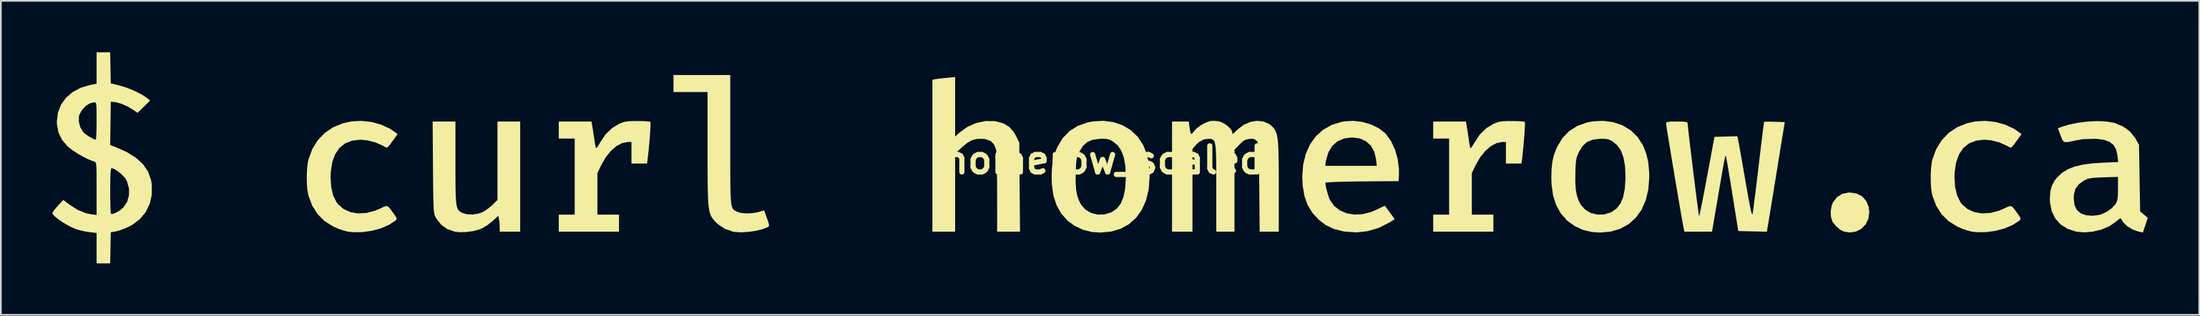
<source format=kicad_pcb>
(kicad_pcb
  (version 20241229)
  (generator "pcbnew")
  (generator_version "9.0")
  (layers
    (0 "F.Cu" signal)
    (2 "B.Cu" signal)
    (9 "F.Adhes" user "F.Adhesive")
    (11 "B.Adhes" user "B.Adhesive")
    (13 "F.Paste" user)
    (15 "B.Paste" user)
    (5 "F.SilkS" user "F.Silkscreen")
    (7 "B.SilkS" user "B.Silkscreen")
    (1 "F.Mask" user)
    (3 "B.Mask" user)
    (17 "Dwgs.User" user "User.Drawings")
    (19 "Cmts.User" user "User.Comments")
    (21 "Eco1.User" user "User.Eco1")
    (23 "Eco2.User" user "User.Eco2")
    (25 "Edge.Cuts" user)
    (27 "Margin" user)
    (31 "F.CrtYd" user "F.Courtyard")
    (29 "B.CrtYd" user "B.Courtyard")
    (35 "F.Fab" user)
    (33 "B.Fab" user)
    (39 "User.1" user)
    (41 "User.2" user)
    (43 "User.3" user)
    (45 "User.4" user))
  (footprint "homerow_scaled"
    (layer "F.Cu")
    (at 61.248 6.284)
    (property "Reference" "homerow_scaled" (at 0 0 0) (layer "F.SilkS") (effects (font (size 1.524 1.524) (thickness 0.3))))
    (attr board_only exclude_from_pos_files exclude_from_bom)
    (fp_poly (pts (xy 43.843 1.946) (xy 44.161 2.111) (xy 44.399 2.37) (xy 44.543 2.709) (xy 44.582 3.038) (xy 44.525 3.426) (xy 44.364 3.751) (xy 44.119 4.002) (xy 43.81 4.162) (xy 43.454 4.218) (xy 43.101 4.165) (xy 42.878 4.049) (xy 42.65 3.855) (xy 42.464 3.624) (xy 42.427 3.559) (xy 42.35 3.302) (xy 42.336 2.989) (xy 42.384 2.676) (xy 42.469 2.455) (xy 42.704 2.154) (xy 43.008 1.965) (xy 43.382 1.889) (xy 43.458 1.887)) (stroke (width 0) (type solid)) (fill yes) (layer "F.SilkS"))
    (fp_poly (pts (xy -8.665 -1.374) (xy -8.403 -1.611) (xy -7.95 -1.938) (xy -7.443 -2.163) (xy -6.909 -2.277) (xy -6.373 -2.273) (xy -6.271 -2.257) (xy -5.847 -2.139) (xy -5.516 -1.941) (xy -5.256 -1.647) (xy -5.126 -1.422) (xy -4.928 -1.025) (xy -4.907 1.571) (xy -4.886 4.167) (xy -6.218 4.167) (xy -6.219 1.902) (xy -6.221 1.355) (xy -6.227 0.841) (xy -6.235 0.376) (xy -6.245 -0.021) (xy -6.257 -0.334) (xy -6.271 -0.544) (xy -6.281 -0.622) (xy -6.4 -0.919) (xy -6.601 -1.117) (xy -6.893 -1.224) (xy -7.033 -1.242) (xy -7.37 -1.242) (xy -7.663 -1.171) (xy -7.947 -1.015) (xy -8.259 -0.759) (xy -8.271 -0.748) (xy -8.665 -0.383) (xy -8.665 4.167) (xy -9.988 4.167) (xy -9.988 -4.686) (xy -9.806 -4.721) (xy -9.649 -4.744) (xy -9.411 -4.772) (xy -9.145 -4.799) (xy -8.665 -4.842)) (stroke (width 0) (type solid)) (fill yes) (layer "F.SilkS"))
    (fp_poly (pts (xy -26.878 -2.274) (xy -26.635 -2.262) (xy -26.471 -2.245) (xy -26.418 -2.23) (xy -26.408 -2.151) (xy -26.41 -1.964) (xy -26.424 -1.691) (xy -26.448 -1.355) (xy -26.48 -0.979) (xy -26.517 -0.586) (xy -26.56 -0.199) (xy -26.57 -0.116) (xy -26.608 0.198) (xy -27.517 0.198) (xy -27.517 -1.058) (xy -27.727 -1.058) (xy -28.059 -0.995) (xy -28.395 -0.816) (xy -28.721 -0.533) (xy -29.02 -0.161) (xy -29.273 0.282) (xy -29.501 0.757) (xy -29.501 3.175) (xy -28.244 3.175) (xy -28.244 4.167) (xy -31.75 4.167) (xy -31.75 3.175) (xy -30.824 3.175) (xy -30.824 -1.257) (xy -31.75 -1.257) (xy -31.75 -2.249) (xy -29.845 -2.249) (xy -29.775 -1.836) (xy -29.728 -1.542) (xy -29.682 -1.236) (xy -29.66 -1.073) (xy -29.628 -0.873) (xy -29.593 -0.735) (xy -29.573 -0.698) (xy -29.523 -0.737) (xy -29.434 -0.866) (xy -29.342 -1.031) (xy -29.031 -1.498) (xy -28.643 -1.87) (xy -28.255 -2.105) (xy -28.068 -2.186) (xy -27.896 -2.237) (xy -27.701 -2.265) (xy -27.444 -2.277) (xy -27.172 -2.278)) (stroke (width 0) (type solid)) (fill yes) (layer "F.SilkS"))
    (fp_poly (pts (xy 24.054 -2.274) (xy 24.298 -2.262) (xy 24.461 -2.245) (xy 24.515 -2.23) (xy 24.525 -2.151) (xy 24.522 -1.964) (xy 24.508 -1.691) (xy 24.484 -1.355) (xy 24.453 -0.979) (xy 24.415 -0.586) (xy 24.373 -0.199) (xy 24.363 -0.116) (xy 24.325 0.198) (xy 23.416 0.198) (xy 23.416 -1.058) (xy 23.205 -1.058) (xy 22.874 -0.995) (xy 22.537 -0.816) (xy 22.212 -0.533) (xy 21.913 -0.161) (xy 21.659 0.282) (xy 21.431 0.757) (xy 21.431 3.175) (xy 22.688 3.175) (xy 22.688 4.167) (xy 19.182 4.167) (xy 19.182 3.175) (xy 20.108 3.175) (xy 20.108 -1.257) (xy 19.182 -1.257) (xy 19.182 -2.249) (xy 21.087 -2.249) (xy 21.157 -1.836) (xy 21.204 -1.542) (xy 21.25 -1.236) (xy 21.272 -1.073) (xy 21.304 -0.873) (xy 21.34 -0.735) (xy 21.359 -0.698) (xy 21.41 -0.737) (xy 21.498 -0.866) (xy 21.591 -1.031) (xy 21.901 -1.498) (xy 22.289 -1.87) (xy 22.678 -2.105) (xy 22.865 -2.186) (xy 23.036 -2.237) (xy 23.231 -2.265) (xy 23.489 -2.277) (xy 23.76 -2.278)) (stroke (width 0) (type solid)) (fill yes) (layer "F.SilkS"))
    (fp_poly (pts (xy -37.769 0.169) (xy -37.769 0.838) (xy -37.766 1.387) (xy -37.76 1.83) (xy -37.748 2.179) (xy -37.728 2.448) (xy -37.7 2.648) (xy -37.66 2.794) (xy -37.608 2.897) (xy -37.542 2.971) (xy -37.46 3.028) (xy -37.375 3.075) (xy -37.098 3.158) (xy -36.762 3.17) (xy -36.418 3.114) (xy -36.188 3.03) (xy -35.966 2.896) (xy -35.727 2.713) (xy -35.605 2.601) (xy -35.322 2.319) (xy -35.322 -2.249) (xy -33.999 -2.249) (xy -33.999 4.167) (xy -35.19 4.167) (xy -35.19 3.911) (xy -35.201 3.678) (xy -35.228 3.461) (xy -35.231 3.449) (xy -35.272 3.243) (xy -35.628 3.568) (xy -35.904 3.786) (xy -36.199 3.963) (xy -36.344 4.028) (xy -36.727 4.134) (xy -37.151 4.193) (xy -37.56 4.2) (xy -37.814 4.168) (xy -38.242 4.022) (xy -38.59 3.776) (xy -38.871 3.422) (xy -38.936 3.307) (xy -38.967 3.241) (xy -38.992 3.16) (xy -39.013 3.052) (xy -39.03 2.904) (xy -39.043 2.702) (xy -39.053 2.434) (xy -39.061 2.086) (xy -39.068 1.645) (xy -39.073 1.098) (xy -39.078 0.433) (xy -39.078 0.413) (xy -39.098 -2.249) (xy -37.769 -2.249)) (stroke (width 0) (type solid)) (fill yes) (layer "F.SilkS"))
    (fp_poly (pts (xy -21.762 -1.172) (xy -21.762 -0.348) (xy -21.762 0.353) (xy -21.76 0.943) (xy -21.756 1.432) (xy -21.748 1.83) (xy -21.737 2.146) (xy -21.719 2.393) (xy -21.696 2.579) (xy -21.665 2.715) (xy -21.626 2.812) (xy -21.578 2.879) (xy -21.52 2.927) (xy -21.45 2.967) (xy -21.368 3.008) (xy -21.364 3.01) (xy -21.143 3.077) (xy -20.841 3.105) (xy -20.507 3.093) (xy -20.186 3.043) (xy -20.092 3.018) (xy -19.789 2.927) (xy -19.626 3.384) (xy -19.545 3.619) (xy -19.506 3.761) (xy -19.508 3.839) (xy -19.55 3.885) (xy -19.591 3.909) (xy -19.888 4.026) (xy -20.271 4.119) (xy -20.694 4.181) (xy -21.113 4.206) (xy -21.482 4.188) (xy -21.607 4.168) (xy -22.082 4.003) (xy -22.491 3.728) (xy -22.639 3.581) (xy -22.734 3.473) (xy -22.814 3.368) (xy -22.881 3.255) (xy -22.936 3.123) (xy -22.98 2.96) (xy -23.015 2.754) (xy -23.041 2.494) (xy -23.059 2.169) (xy -23.072 1.766) (xy -23.079 1.275) (xy -23.083 0.684) (xy -23.085 -0.019) (xy -23.085 -0.673) (xy -23.085 -3.969) (xy -25.069 -3.969) (xy -25.069 -4.961) (xy -21.762 -4.961)) (stroke (width 0) (type solid)) (fill yes) (layer "F.SilkS"))
    (fp_poly (pts (xy -42.659 -2.223) (xy -42.093 -2.068) (xy -41.589 -1.832) (xy -41.412 -1.715) (xy -41.138 -1.517) (xy -41.341 -1.238) (xy -41.52 -0.991) (xy -41.639 -0.834) (xy -41.72 -0.752) (xy -41.783 -0.731) (xy -41.85 -0.755) (xy -41.943 -0.811) (xy -41.956 -0.819) (xy -42.411 -1.026) (xy -42.909 -1.155) (xy -43.305 -1.191) (xy -43.789 -1.136) (xy -44.198 -0.975) (xy -44.529 -0.708) (xy -44.779 -0.339) (xy -44.949 0.129) (xy -45.034 0.696) (xy -45.045 1.018) (xy -45.006 1.583) (xy -44.889 2.065) (xy -44.698 2.452) (xy -44.61 2.568) (xy -44.286 2.848) (xy -43.891 3.029) (xy -43.442 3.106) (xy -42.956 3.079) (xy -42.449 2.946) (xy -42.216 2.849) (xy -41.996 2.744) (xy -41.848 2.685) (xy -41.743 2.682) (xy -41.648 2.747) (xy -41.532 2.89) (xy -41.365 3.123) (xy -41.345 3.15) (xy -41.232 3.314) (xy -41.191 3.41) (xy -41.215 3.476) (xy -41.26 3.519) (xy -41.649 3.776) (xy -42.128 3.98) (xy -42.665 4.124) (xy -43.225 4.199) (xy -43.776 4.198) (xy -44.053 4.163) (xy -44.298 4.101) (xy -44.596 3.996) (xy -44.883 3.872) (xy -44.891 3.868) (xy -45.393 3.553) (xy -45.801 3.146) (xy -46.115 2.646) (xy -46.335 2.053) (xy -46.34 2.034) (xy -46.396 1.722) (xy -46.425 1.326) (xy -46.43 0.894) (xy -46.409 0.473) (xy -46.363 0.108) (xy -46.333 -0.03) (xy -46.113 -0.636) (xy -45.793 -1.158) (xy -45.38 -1.588) (xy -44.88 -1.923) (xy -44.3 -2.155) (xy -43.833 -2.256) (xy -43.251 -2.288)) (stroke (width 0) (type solid)) (fill yes) (layer "F.SilkS"))
    (fp_poly (pts (xy 51.93 -2.223) (xy 52.496 -2.068) (xy 53 -1.832) (xy 53.177 -1.715) (xy 53.451 -1.517) (xy 53.248 -1.238) (xy 53.069 -0.991) (xy 52.949 -0.834) (xy 52.869 -0.752) (xy 52.806 -0.731) (xy 52.738 -0.755) (xy 52.645 -0.811) (xy 52.633 -0.819) (xy 52.177 -1.026) (xy 51.68 -1.155) (xy 51.284 -1.191) (xy 50.799 -1.136) (xy 50.391 -0.975) (xy 50.06 -0.708) (xy 49.809 -0.339) (xy 49.64 0.129) (xy 49.554 0.696) (xy 49.543 1.018) (xy 49.583 1.583) (xy 49.7 2.065) (xy 49.89 2.452) (xy 49.978 2.568) (xy 50.302 2.848) (xy 50.698 3.029) (xy 51.147 3.106) (xy 51.633 3.079) (xy 52.139 2.946) (xy 52.373 2.849) (xy 52.593 2.744) (xy 52.74 2.685) (xy 52.846 2.682) (xy 52.941 2.747) (xy 53.056 2.89) (xy 53.223 3.123) (xy 53.243 3.15) (xy 53.357 3.314) (xy 53.397 3.41) (xy 53.374 3.476) (xy 53.328 3.519) (xy 52.94 3.776) (xy 52.46 3.98) (xy 51.924 4.124) (xy 51.363 4.199) (xy 50.812 4.198) (xy 50.535 4.163) (xy 50.29 4.101) (xy 49.992 3.996) (xy 49.705 3.872) (xy 49.697 3.868) (xy 49.195 3.553) (xy 48.787 3.146) (xy 48.474 2.646) (xy 48.253 2.053) (xy 48.248 2.034) (xy 48.193 1.722) (xy 48.163 1.326) (xy 48.159 0.894) (xy 48.18 0.473) (xy 48.226 0.108) (xy 48.255 -0.03) (xy 48.476 -0.636) (xy 48.796 -1.158) (xy 49.209 -1.588) (xy 49.709 -1.923) (xy 50.288 -2.155) (xy 50.756 -2.256) (xy 51.338 -2.288)) (stroke (width 0) (type solid)) (fill yes) (layer "F.SilkS"))
    (fp_poly (pts (xy 0.566 -2.213) (xy 1.104 -2.028) (xy 1.578 -1.74) (xy 1.976 -1.356) (xy 2.285 -0.882) (xy 2.312 -0.827) (xy 2.495 -0.358) (xy 2.608 0.148) (xy 2.658 0.725) (xy 2.662 0.994) (xy 2.609 1.707) (xy 2.456 2.343) (xy 2.209 2.896) (xy 1.876 3.361) (xy 1.46 3.732) (xy 0.97 4.002) (xy 0.41 4.167) (xy -0.212 4.221) (xy -0.695 4.188) (xy -1.198 4.066) (xy -1.683 3.843) (xy -2.1 3.543) (xy -2.117 3.527) (xy -2.488 3.108) (xy -2.761 2.62) (xy -2.941 2.054) (xy -3.031 1.402) (xy -3.035 1.271) (xy -1.647 1.271) (xy -1.618 1.71) (xy -1.553 2.068) (xy -1.447 2.371) (xy -1.319 2.608) (xy -1.067 2.889) (xy -0.74 3.08) (xy -0.365 3.174) (xy 0.031 3.165) (xy 0.42 3.048) (xy 0.465 3.026) (xy 0.758 2.821) (xy 0.983 2.53) (xy 1.142 2.146) (xy 1.239 1.661) (xy 1.277 1.064) (xy 1.278 0.959) (xy 1.25 0.342) (xy 1.16 -0.164) (xy 1.006 -0.569) (xy 0.784 -0.882) (xy 0.494 -1.109) (xy 0.323 -1.194) (xy 0.15 -1.236) (xy -0.077 -1.247) (xy -0.237 -1.242) (xy -0.648 -1.188) (xy -0.966 -1.056) (xy -1.217 -0.83) (xy -1.426 -0.495) (xy -1.43 -0.486) (xy -1.51 -0.311) (xy -1.565 -0.149) (xy -1.6 0.033) (xy -1.623 0.268) (xy -1.638 0.591) (xy -1.643 0.728) (xy -1.647 1.271) (xy -3.035 1.271) (xy -3.043 1.015) (xy -3.028 0.498) (xy -2.979 0.071) (xy -2.887 -0.309) (xy -2.744 -0.683) (xy -2.696 -0.79) (xy -2.392 -1.291) (xy -2.003 -1.693) (xy -1.528 -1.993) (xy -0.969 -2.192) (xy -0.652 -2.254) (xy -0.024 -2.291)) (stroke (width 0) (type solid)) (fill yes) (layer "F.SilkS"))
    (fp_poly (pts (xy 29.67 -2.213) (xy 30.208 -2.028) (xy 30.683 -1.74) (xy 31.08 -1.356) (xy 31.389 -0.882) (xy 31.416 -0.827) (xy 31.599 -0.358) (xy 31.712 0.148) (xy 31.762 0.725) (xy 31.766 0.994) (xy 31.713 1.707) (xy 31.56 2.343) (xy 31.314 2.896) (xy 30.98 3.361) (xy 30.565 3.732) (xy 30.074 4.002) (xy 29.515 4.167) (xy 28.892 4.221) (xy 28.41 4.188) (xy 27.906 4.066) (xy 27.421 3.843) (xy 27.004 3.543) (xy 26.987 3.527) (xy 26.617 3.108) (xy 26.343 2.62) (xy 26.163 2.054) (xy 26.074 1.402) (xy 26.07 1.271) (xy 27.458 1.271) (xy 27.486 1.71) (xy 27.551 2.068) (xy 27.657 2.371) (xy 27.785 2.608) (xy 28.037 2.889) (xy 28.364 3.08) (xy 28.739 3.174) (xy 29.135 3.165) (xy 29.524 3.048) (xy 29.569 3.026) (xy 29.862 2.821) (xy 30.087 2.53) (xy 30.246 2.146) (xy 30.343 1.661) (xy 30.381 1.064) (xy 30.382 0.959) (xy 30.354 0.342) (xy 30.264 -0.164) (xy 30.11 -0.569) (xy 29.888 -0.882) (xy 29.598 -1.109) (xy 29.427 -1.194) (xy 29.254 -1.236) (xy 29.027 -1.247) (xy 28.867 -1.242) (xy 28.457 -1.188) (xy 28.138 -1.056) (xy 27.887 -0.83) (xy 27.679 -0.495) (xy 27.674 -0.486) (xy 27.594 -0.311) (xy 27.539 -0.149) (xy 27.504 0.033) (xy 27.481 0.268) (xy 27.466 0.591) (xy 27.462 0.728) (xy 27.458 1.271) (xy 26.07 1.271) (xy 26.061 1.015) (xy 26.076 0.498) (xy 26.126 0.071) (xy 26.217 -0.309) (xy 26.36 -0.683) (xy 26.408 -0.79) (xy 26.712 -1.291) (xy 27.101 -1.693) (xy 27.576 -1.993) (xy 28.135 -2.192) (xy 28.452 -2.254) (xy 29.081 -2.291)) (stroke (width 0) (type solid)) (fill yes) (layer "F.SilkS"))
    (fp_poly (pts (xy 15.052 -2.226) (xy 15.558 -2.079) (xy 16.01 -1.859) (xy 16.379 -1.574) (xy 16.438 -1.512) (xy 16.729 -1.103) (xy 16.958 -0.606) (xy 17.114 -0.053) (xy 17.186 0.522) (xy 17.185 0.868) (xy 17.165 1.224) (xy 15.032 1.241) (xy 14.456 1.248) (xy 13.954 1.257) (xy 13.536 1.269) (xy 13.214 1.283) (xy 12.999 1.299) (xy 12.903 1.316) (xy 12.898 1.321) (xy 12.92 1.493) (xy 12.974 1.737) (xy 13.048 1.999) (xy 13.126 2.227) (xy 13.167 2.321) (xy 13.413 2.669) (xy 13.743 2.929) (xy 14.141 3.098) (xy 14.589 3.173) (xy 15.07 3.149) (xy 15.565 3.023) (xy 15.877 2.89) (xy 16.101 2.78) (xy 16.273 2.701) (xy 16.365 2.664) (xy 16.373 2.663) (xy 16.414 2.72) (xy 16.512 2.856) (xy 16.648 3.042) (xy 16.66 3.059) (xy 16.938 3.44) (xy 16.625 3.638) (xy 16.017 3.947) (xy 15.359 4.14) (xy 14.673 4.213) (xy 13.98 4.161) (xy 13.98 4.161) (xy 13.408 4.016) (xy 12.918 3.783) (xy 12.513 3.472) (xy 12.138 3.061) (xy 11.862 2.603) (xy 11.678 2.082) (xy 11.578 1.481) (xy 11.556 0.959) (xy 11.602 0.331) (xy 12.887 0.331) (xy 15.894 0.331) (xy 15.855 -0.042) (xy 15.753 -0.482) (xy 15.554 -0.839) (xy 15.265 -1.103) (xy 14.896 -1.266) (xy 14.455 -1.321) (xy 13.995 -1.265) (xy 13.609 -1.1) (xy 13.302 -0.83) (xy 13.078 -0.459) (xy 12.94 0.009) (xy 12.933 0.05) (xy 12.887 0.331) (xy 11.602 0.331) (xy 11.607 0.259) (xy 11.761 -0.371) (xy 12.011 -0.926) (xy 12.352 -1.396) (xy 12.778 -1.776) (xy 13.284 -2.059) (xy 13.866 -2.236) (xy 14.002 -2.26) (xy 14.523 -2.29)) (stroke (width 0) (type solid)) (fill yes) (layer "F.SilkS"))
    (fp_poly (pts (xy 6.7 -2.26) (xy 6.752 -2.248) (xy 6.962 -2.159) (xy 7.172 -2.018) (xy 7.349 -1.856) (xy 7.457 -1.7) (xy 7.474 -1.627) (xy 7.485 -1.535) (xy 7.496 -1.521) (xy 7.551 -1.563) (xy 7.673 -1.673) (xy 7.825 -1.817) (xy 8.165 -2.071) (xy 8.539 -2.229) (xy 8.923 -2.29) (xy 9.291 -2.252) (xy 9.619 -2.112) (xy 9.788 -1.976) (xy 9.881 -1.876) (xy 9.958 -1.771) (xy 10.021 -1.647) (xy 10.072 -1.493) (xy 10.111 -1.296) (xy 10.14 -1.043) (xy 10.16 -0.72) (xy 10.174 -0.317) (xy 10.182 0.18) (xy 10.186 0.784) (xy 10.186 1.507) (xy 10.186 1.533) (xy 10.186 4.167) (xy 9.073 4.167) (xy 9.051 1.594) (xy 9.045 0.942) (xy 9.039 0.409) (xy 9.033 -0.017) (xy 9.025 -0.35) (xy 9.015 -0.603) (xy 9.002 -0.788) (xy 8.986 -0.918) (xy 8.965 -1.007) (xy 8.94 -1.067) (xy 8.908 -1.112) (xy 8.897 -1.124) (xy 8.786 -1.217) (xy 8.649 -1.248) (xy 8.47 -1.237) (xy 8.277 -1.198) (xy 8.117 -1.114) (xy 7.941 -0.956) (xy 7.891 -0.903) (xy 7.607 -0.603) (xy 7.607 4.167) (xy 6.548 4.167) (xy 6.547 1.637) (xy 6.547 0.95) (xy 6.544 0.383) (xy 6.539 -0.075) (xy 6.528 -0.436) (xy 6.51 -0.712) (xy 6.485 -0.915) (xy 6.45 -1.057) (xy 6.403 -1.148) (xy 6.344 -1.202) (xy 6.27 -1.23) (xy 6.179 -1.243) (xy 6.159 -1.245) (xy 5.834 -1.214) (xy 5.536 -1.054) (xy 5.358 -0.883) (xy 5.159 -0.657) (xy 5.159 4.167) (xy 3.969 4.167) (xy 3.969 -2.249) (xy 4.946 -2.249) (xy 4.991 -1.885) (xy 5.025 -1.686) (xy 5.064 -1.554) (xy 5.09 -1.521) (xy 5.161 -1.571) (xy 5.255 -1.691) (xy 5.255 -1.691) (xy 5.423 -1.871) (xy 5.671 -2.05) (xy 5.949 -2.196) (xy 6.206 -2.28) (xy 6.215 -2.282) (xy 6.447 -2.291)) (stroke (width 0) (type solid)) (fill yes) (layer "F.SilkS"))
    (fp_poly (pts (xy 58.368 -2.254) (xy 58.796 -2.185) (xy 58.878 -2.163) (xy 59.368 -1.958) (xy 59.767 -1.668) (xy 60.064 -1.299) (xy 60.088 -1.257) (xy 60.292 -0.893) (xy 60.325 1.049) (xy 60.358 2.991) (xy 60.58 3.177) (xy 60.803 3.362) (xy 60.66 3.79) (xy 60.518 4.218) (xy 60.239 4.156) (xy 59.921 4.044) (xy 59.626 3.866) (xy 59.4 3.653) (xy 59.354 3.589) (xy 59.271 3.456) (xy 59.224 3.383) (xy 59.223 3.382) (xy 59.169 3.408) (xy 59.046 3.502) (xy 58.913 3.615) (xy 58.555 3.857) (xy 58.112 4.043) (xy 57.623 4.164) (xy 57.127 4.21) (xy 56.664 4.173) (xy 56.63 4.166) (xy 56.131 4.003) (xy 55.725 3.747) (xy 55.416 3.404) (xy 55.209 2.979) (xy 55.108 2.48) (xy 55.099 2.261) (xy 55.103 2.209) (xy 56.489 2.209) (xy 56.533 2.602) (xy 56.666 2.898) (xy 56.892 3.1) (xy 57.214 3.212) (xy 57.52 3.239) (xy 57.771 3.224) (xy 58.007 3.185) (xy 58.083 3.164) (xy 58.41 3.012) (xy 58.703 2.806) (xy 58.916 2.578) (xy 58.936 2.547) (xy 58.999 2.422) (xy 59.039 2.273) (xy 59.06 2.067) (xy 59.068 1.772) (xy 59.068 1.655) (xy 59.068 0.977) (xy 58.225 1.003) (xy 57.862 1.017) (xy 57.6 1.036) (xy 57.41 1.065) (xy 57.262 1.109) (xy 57.124 1.172) (xy 57.086 1.193) (xy 56.779 1.412) (xy 56.588 1.676) (xy 56.499 2.009) (xy 56.489 2.209) (xy 55.103 2.209) (xy 55.126 1.833) (xy 55.216 1.488) (xy 55.382 1.186) (xy 55.516 1.018) (xy 55.8 0.749) (xy 56.136 0.536) (xy 56.54 0.375) (xy 57.028 0.26) (xy 57.616 0.185) (xy 58.132 0.152) (xy 59.081 0.112) (xy 59.038 -0.258) (xy 58.96 -0.613) (xy 58.811 -0.879) (xy 58.579 -1.065) (xy 58.252 -1.183) (xy 57.816 -1.241) (xy 57.746 -1.244) (xy 57.054 -1.224) (xy 56.65 -1.157) (xy 56.328 -1.088) (xy 56.11 -1.051) (xy 55.969 -1.055) (xy 55.878 -1.107) (xy 55.812 -1.217) (xy 55.743 -1.391) (xy 55.724 -1.441) (xy 55.567 -1.857) (xy 55.747 -1.926) (xy 56.218 -2.072) (xy 56.751 -2.18) (xy 57.311 -2.248) (xy 57.861 -2.274)) (stroke (width 0) (type solid)) (fill yes) (layer "F.SilkS"))
    (fp_poly (pts (xy 33.665 -2.246) (xy 33.851 -2.235) (xy 33.953 -2.212) (xy 33.995 -2.171) (xy 34.002 -2.133) (xy 34.011 -2.024) (xy 34.034 -1.807) (xy 34.069 -1.497) (xy 34.113 -1.112) (xy 34.166 -0.669) (xy 34.225 -0.184) (xy 34.287 0.325) (xy 34.35 0.842) (xy 34.414 1.35) (xy 34.474 1.833) (xy 34.53 2.272) (xy 34.58 2.652) (xy 34.62 2.955) (xy 34.65 3.165) (xy 34.667 3.266) (xy 34.669 3.271) (xy 34.687 3.216) (xy 34.726 3.044) (xy 34.784 2.771) (xy 34.856 2.411) (xy 34.941 1.978) (xy 35.035 1.487) (xy 35.131 0.973) (xy 35.564 -1.356) (xy 36.231 -1.375) (xy 36.897 -1.394) (xy 36.963 -1.077) (xy 36.99 -0.933) (xy 37.036 -0.678) (xy 37.098 -0.331) (xy 37.172 0.09) (xy 37.255 0.566) (xy 37.344 1.078) (xy 37.38 1.288) (xy 37.483 1.88) (xy 37.569 2.35) (xy 37.637 2.705) (xy 37.691 2.954) (xy 37.732 3.104) (xy 37.762 3.164) (xy 37.782 3.141) (xy 37.782 3.14) (xy 37.801 3.032) (xy 37.832 2.808) (xy 37.875 2.483) (xy 37.927 2.074) (xy 37.986 1.596) (xy 38.051 1.063) (xy 38.119 0.492) (xy 38.134 0.367) (xy 38.201 -0.202) (xy 38.264 -0.728) (xy 38.321 -1.197) (xy 38.37 -1.596) (xy 38.411 -1.91) (xy 38.44 -2.125) (xy 38.456 -2.226) (xy 38.458 -2.232) (xy 38.529 -2.24) (xy 38.702 -2.242) (xy 38.944 -2.239) (xy 39.069 -2.235) (xy 39.658 -2.216) (xy 39.213 0.529) (xy 39.115 1.135) (xy 39.02 1.716) (xy 38.932 2.256) (xy 38.854 2.738) (xy 38.787 3.146) (xy 38.735 3.463) (xy 38.7 3.673) (xy 38.692 3.723) (xy 38.617 4.171) (xy 37.784 4.153) (xy 36.951 4.134) (xy 36.604 1.961) (xy 36.52 1.442) (xy 36.442 0.965) (xy 36.372 0.546) (xy 36.313 0.201) (xy 36.267 -0.055) (xy 36.237 -0.206) (xy 36.227 -0.241) (xy 36.215 -0.247) (xy 36.201 -0.232) (xy 36.184 -0.183) (xy 36.161 -0.089) (xy 36.13 0.064) (xy 36.089 0.286) (xy 36.034 0.591) (xy 35.965 0.99) (xy 35.878 1.496) (xy 35.775 2.1) (xy 35.423 4.167) (xy 33.81 4.167) (xy 33.741 3.82) (xy 33.709 3.648) (xy 33.66 3.375) (xy 33.598 3.015) (xy 33.524 2.586) (xy 33.441 2.102) (xy 33.353 1.582) (xy 33.262 1.04) (xy 33.17 0.493) (xy 33.081 -0.043) (xy 32.996 -0.552) (xy 32.92 -1.018) (xy 32.853 -1.425) (xy 32.8 -1.756) (xy 32.763 -1.995) (xy 32.744 -2.127) (xy 32.742 -2.146) (xy 32.762 -2.195) (xy 32.837 -2.226) (xy 32.989 -2.242) (xy 33.243 -2.249) (xy 33.371 -2.249)) (stroke (width 0) (type solid)) (fill yes) (layer "F.SilkS"))
    (fp_poly (pts (xy -57.845 -4.474) (xy -57.348 -4.354) (xy -56.982 -4.244) (xy -56.589 -4.091) (xy -56.213 -3.915) (xy -55.896 -3.734) (xy -55.742 -3.624) (xy -55.557 -3.473) (xy -55.92 -3.114) (xy -56.284 -2.756) (xy -56.535 -2.929) (xy -56.867 -3.127) (xy -57.213 -3.282) (xy -57.527 -3.372) (xy -57.613 -3.385) (xy -57.845 -3.407) (xy -57.862 -2.143) (xy -57.88 -0.879) (xy -57.565 -0.761) (xy -56.911 -0.471) (xy -56.38 -0.14) (xy -55.971 0.236) (xy -55.68 0.66) (xy -55.505 1.135) (xy -55.456 1.424) (xy -55.455 2.005) (xy -55.575 2.541) (xy -55.807 3.022) (xy -56.148 3.435) (xy -56.59 3.769) (xy -56.773 3.869) (xy -57.046 3.991) (xy -57.317 4.091) (xy -57.533 4.151) (xy -57.547 4.154) (xy -57.845 4.204) (xy -57.881 6.019) (xy -58.671 6.019) (xy -58.671 4.246) (xy -59.081 4.199) (xy -59.382 4.149) (xy -59.7 4.073) (xy -59.858 4.025) (xy -60.122 3.916) (xy -60.405 3.768) (xy -60.683 3.6) (xy -60.929 3.427) (xy -61.12 3.267) (xy -61.231 3.136) (xy -61.248 3.081) (xy -61.205 3) (xy -61.094 2.853) (xy -60.938 2.673) (xy -60.93 2.664) (xy -60.615 2.318) (xy -60.255 2.59) (xy -59.759 2.908) (xy -59.276 3.099) (xy -58.986 3.156) (xy -58.671 3.193) (xy -58.671 1.775) (xy -57.878 1.775) (xy -57.876 2.179) (xy -57.87 2.536) (xy -57.862 2.827) (xy -57.851 3.03) (xy -57.838 3.125) (xy -57.836 3.128) (xy -57.742 3.139) (xy -57.581 3.082) (xy -57.391 2.978) (xy -57.205 2.844) (xy -57.104 2.749) (xy -56.892 2.43) (xy -56.784 2.056) (xy -56.783 1.656) (xy -56.893 1.26) (xy -56.964 1.116) (xy -57.088 0.954) (xy -57.27 0.779) (xy -57.475 0.62) (xy -57.666 0.505) (xy -57.801 0.463) (xy -57.829 0.505) (xy -57.851 0.636) (xy -57.865 0.868) (xy -57.874 1.21) (xy -57.878 1.673) (xy -57.878 1.775) (xy -58.671 1.775) (xy -58.671 1.657) (xy -58.672 1.168) (xy -58.674 0.795) (xy -58.679 0.522) (xy -58.689 0.332) (xy -58.704 0.21) (xy -58.728 0.139) (xy -58.759 0.103) (xy -58.802 0.086) (xy -58.81 0.084) (xy -59.082 -0.015) (xy -59.413 -0.174) (xy -59.76 -0.371) (xy -60.081 -0.58) (xy -60.333 -0.777) (xy -60.359 -0.801) (xy -60.688 -1.187) (xy -60.893 -1.614) (xy -60.982 -2.096) (xy -60.986 -2.228) (xy -59.705 -2.228) (xy -59.617 -1.907) (xy -59.458 -1.639) (xy -59.446 -1.626) (xy -59.315 -1.512) (xy -59.131 -1.386) (xy -58.937 -1.274) (xy -58.779 -1.203) (xy -58.722 -1.191) (xy -58.705 -1.253) (xy -58.691 -1.426) (xy -58.68 -1.688) (xy -58.673 -2.016) (xy -58.671 -2.282) (xy -58.672 -2.685) (xy -58.676 -2.974) (xy -58.684 -3.168) (xy -58.701 -3.286) (xy -58.727 -3.348) (xy -58.766 -3.37) (xy -58.807 -3.373) (xy -59.054 -3.314) (xy -59.301 -3.158) (xy -59.515 -2.934) (xy -59.663 -2.674) (xy -59.703 -2.538) (xy -59.705 -2.228) (xy -60.986 -2.228) (xy -60.986 -2.251) (xy -60.925 -2.763) (xy -60.746 -3.226) (xy -60.459 -3.63) (xy -60.074 -3.964) (xy -59.601 -4.218) (xy -59.085 -4.373) (xy -58.671 -4.458) (xy -58.671 -6.284) (xy -57.881 -6.284)) (stroke (width 0) (type solid)) (fill yes) (layer "F.SilkS")))
  (gr_rect
    (start -3 -3)
    (end 125.051 15.303)
    (stroke (width 0.1) (type default))
    (fill no)
    (layer "Edge.Cuts")))
</source>
